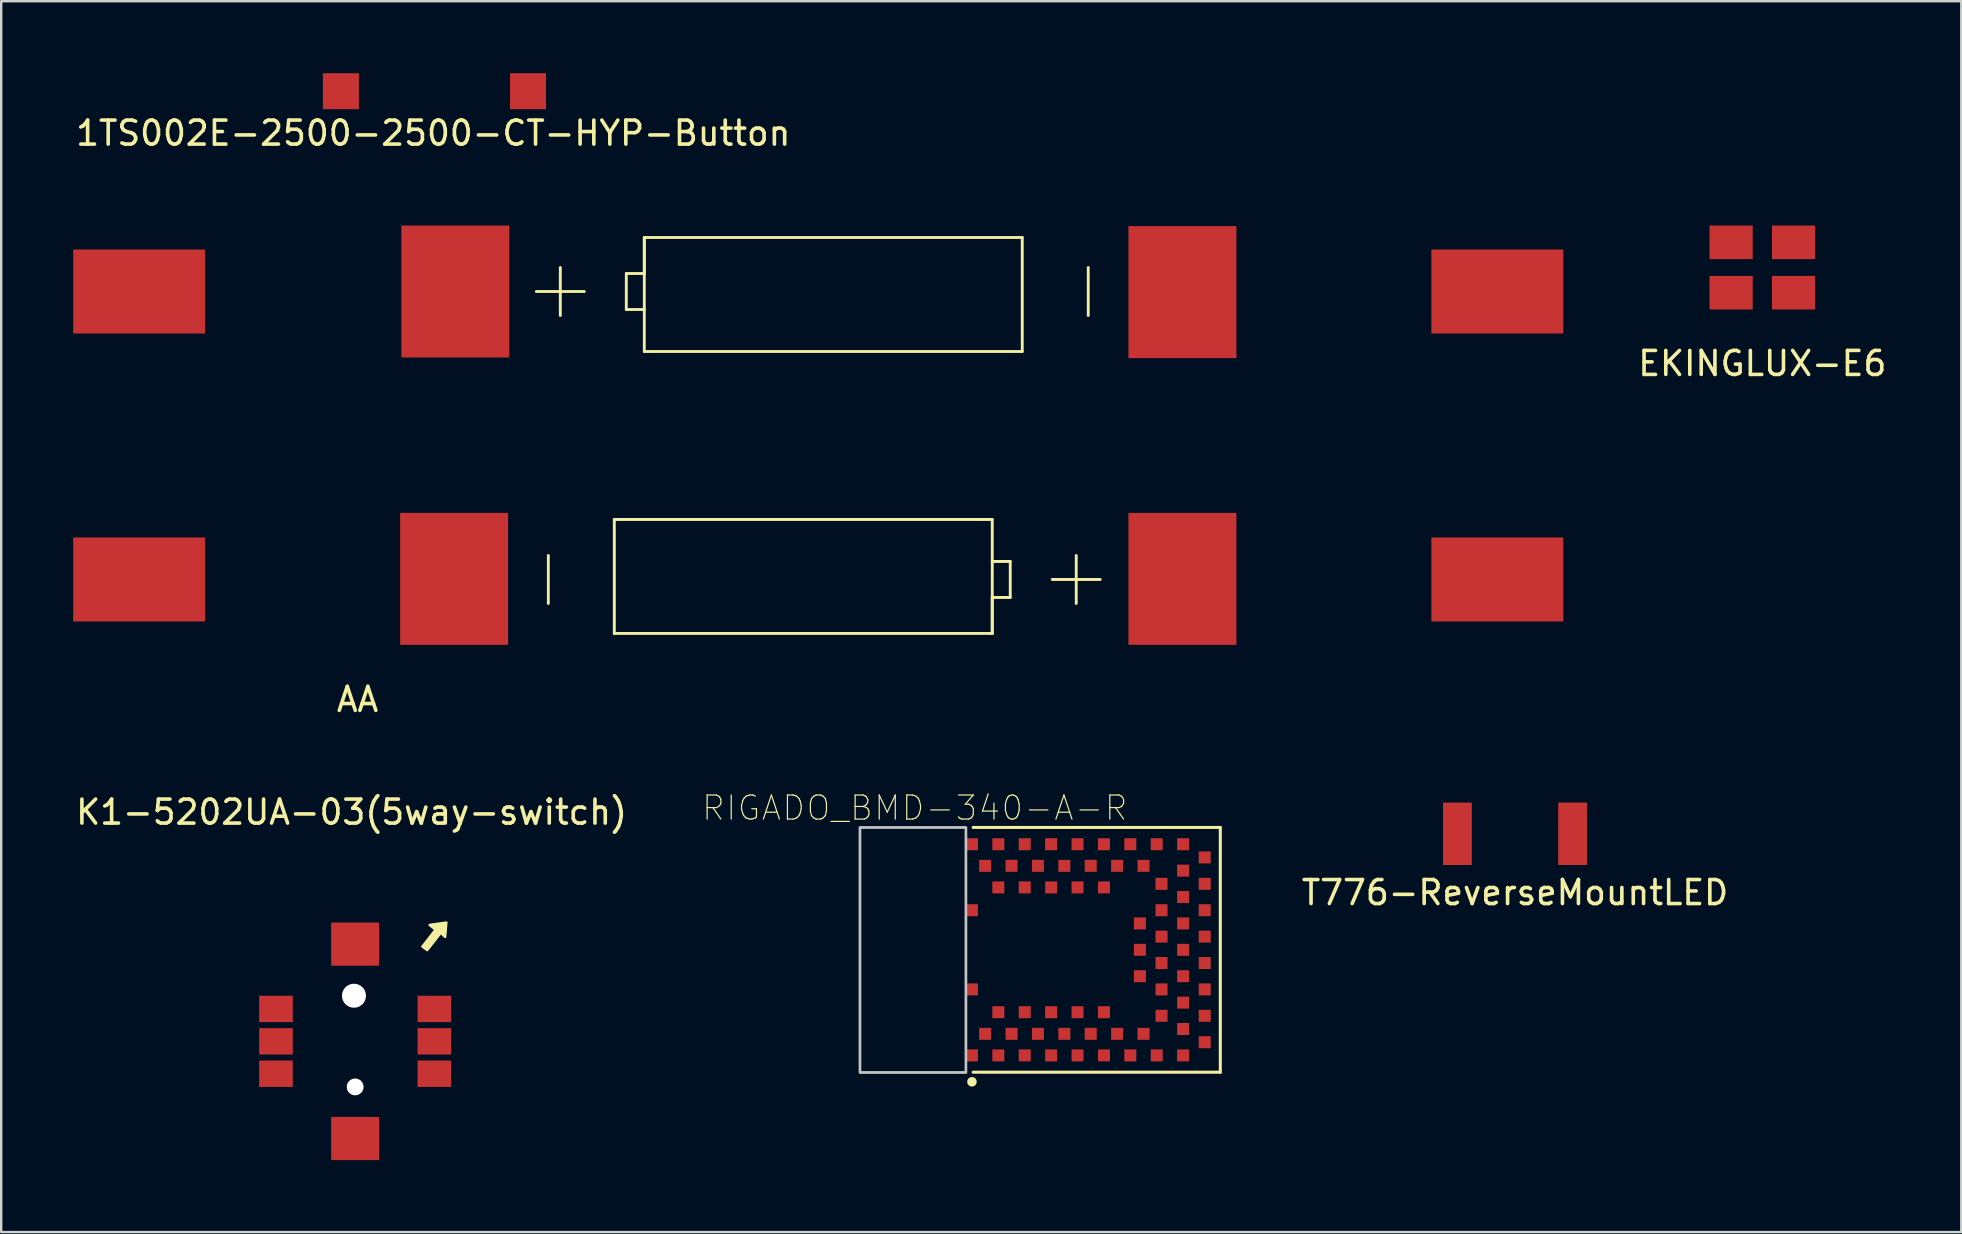
<source format=kicad_pcb>
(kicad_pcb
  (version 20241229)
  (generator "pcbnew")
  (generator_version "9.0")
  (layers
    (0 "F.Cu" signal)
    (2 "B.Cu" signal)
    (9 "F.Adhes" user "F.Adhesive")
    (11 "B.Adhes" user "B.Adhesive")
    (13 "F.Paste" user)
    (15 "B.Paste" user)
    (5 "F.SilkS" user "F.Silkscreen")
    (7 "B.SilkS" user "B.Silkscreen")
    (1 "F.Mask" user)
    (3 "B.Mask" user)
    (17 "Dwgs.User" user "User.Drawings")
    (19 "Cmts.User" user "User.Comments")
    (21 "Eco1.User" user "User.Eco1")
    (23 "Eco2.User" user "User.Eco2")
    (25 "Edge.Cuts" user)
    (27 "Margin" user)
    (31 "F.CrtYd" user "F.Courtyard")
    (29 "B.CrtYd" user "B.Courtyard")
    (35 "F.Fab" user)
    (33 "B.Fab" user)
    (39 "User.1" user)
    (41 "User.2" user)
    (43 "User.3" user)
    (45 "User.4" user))
  (footprint "1TS002E-2500-2500-CT-HYP-Button"
    (layer "F.Cu")
    (at 15.056 0.75)
    (property "Reference" "1TS002E-2500-2500-CT-HYP-Button" (at -0.05 1.75 0) (layer "F.SilkS") (effects (font (size 1 1) (thickness 0.15))))
    (attr through_hole)
    (pad "1" smd rect (at -3.9 0) (size 1.5 1.5) (layers "F.Cu" "F.Mask" "F.Paste"))
    (pad "2" smd rect (at 3.9 0) (size 1.5 1.5) (layers "F.Cu" "F.Mask" "F.Paste")))
  (footprint "K1-5202UA-03(5way-switch)"
    (layer "F.Cu")
    (at 11.751 40.345)
    (property "Reference" "K1-5202UA-03(5way-switch)" (at -0.15 -9.55 0) (layer "F.SilkS") (effects (font (size 1 1) (thickness 0.15))))
    (attr through_hole)
    (fp_line (start 2.8 -3.95) (end 3.35 -4.65) (stroke (width 0.05) (type solid)) (layer "F.SilkS"))
    (fp_line (start 3 -3.8) (end 2.8 -3.95) (stroke (width 0.05) (type solid)) (layer "F.SilkS"))
    (fp_line (start 3.1 -4.85) (end 3.8 -4.95) (stroke (width 0.05) (type solid)) (layer "F.SilkS"))
    (fp_line (start 3.35 -4.65) (end 3.1 -4.85) (stroke (width 0.05) (type solid)) (layer "F.SilkS"))
    (fp_line (start 3.55 -4.5) (end 3 -3.8) (stroke (width 0.05) (type solid)) (layer "F.SilkS"))
    (fp_line (start 3.75 -4.35) (end 3.55 -4.5) (stroke (width 0.05) (type solid)) (layer "F.SilkS"))
    (fp_line (start 3.8 -4.95) (end 3.75 -4.35) (stroke (width 0.05) (type solid)) (layer "F.SilkS"))
    (fp_poly (pts (xy 2.8 -3.95) (xy 3.35 -4.65) (xy 3.1 -4.85) (xy 3.8 -4.95) (xy 3.75 -4.35) (xy 3.6 -4.5) (xy 3.55 -4.5) (xy 3 -3.8)) (stroke (width 0.1) (type solid)) (fill yes) (layer "F.SilkS"))
    (pad "" np_thru_hole circle (at -0.05 -1.9) (size 1 1) (drill 1) (layers "*.Cu" "*.Mask"))
    (pad "" np_thru_hole circle (at 0 1.9) (size 0.7 0.7) (drill 0.7) (layers "*.Cu" "*.Mask"))
    (pad "1" smd rect (at 3.3 -1.35) (size 1.4 1.1) (layers "F.Cu" "F.Mask" "F.Paste"))
    (pad "2" smd rect (at 3.3 0) (size 1.4 1.1) (layers "F.Cu" "F.Mask" "F.Paste"))
    (pad "3" smd rect (at 3.3 1.35) (size 1.4 1.1) (layers "F.Cu" "F.Mask" "F.Paste"))
    (pad "4" smd rect (at -3.3 -1.35) (size 1.4 1.1) (layers "F.Cu" "F.Mask" "F.Paste"))
    (pad "5" smd rect (at -3.3 0) (size 1.4 1.1) (layers "F.Cu" "F.Mask" "F.Paste"))
    (pad "6" smd rect (at -3.3 1.35) (size 1.4 1.1) (layers "F.Cu" "F.Mask" "F.Paste"))
    (pad "7" smd rect (at 0 -4.05) (size 2 1.8) (layers "F.Cu" "F.Mask" "F.Paste"))
    (pad "8" smd rect (at 0 4.05) (size 2 1.8) (layers "F.Cu" "F.Mask" "F.Paste")))
  (footprint "T776-ReverseMountLED"
    (layer "F.Cu")
    (at 60.085 31.697)
    (property "Reference" "T776-ReverseMountLED" (at 0 2.45 0) (layer "F.SilkS") (effects (font (size 1 1) (thickness 0.15))))
    (attr through_hole)
    (pad "" smd circle (at 0 0) (size 3.5 3.5) (layers "F.Mask"))
    (pad "1" smd rect (at 2.4 0) (size 1.2 2.6) (layers "F.Cu" "F.Mask" "F.Paste"))
    (pad "2" smd rect (at -2.4 0) (size 1.2 2.6) (layers "F.Cu" "F.Mask" "F.Paste")))
  (footprint "RIGADO_BMD-340-A-R"
    (layer "F.Cu")
    (at 40.304 36.532)
    (property "Reference" "RIGADO_BMD-340-A-R" (at -5.232 -5.91 0) (layer "F.SilkS") (effects (font (size 1.004 1.004) (thickness 0.05))))
    (attr smd)
    (fp_line (start -2.8 5.1) (end 7.5 5.1) (stroke (width 0.127) (type solid)) (layer "F.SilkS"))
    (fp_line (start 7.5 -5.1) (end -2.8 -5.1) (stroke (width 0.127) (type solid)) (layer "F.SilkS"))
    (fp_line (start 7.5 -5.1) (end 7.5 5.1) (stroke (width 0.127) (type solid)) (layer "F.SilkS"))
    (fp_circle (center -2.85 5.5) (end -2.75 5.5) (stroke (width 0.2) (type solid)) (fill no) (layer "F.SilkS"))
    (fp_poly (pts (xy -7.519 -5.1) (xy -3.1 -5.1) (xy -3.1 5.113) (xy -7.519 5.113)) (stroke (width 0.1) (type solid)) (fill no) (layer "Dwgs.User"))
    (fp_poly (pts (xy -7.512 -5.1) (xy -3.1 -5.1) (xy -3.1 5.108) (xy -7.512 5.108)) (stroke (width 0.1) (type solid)) (fill no) (layer "Dwgs.User"))
    (fp_line (start -7.75 -5.35) (end -7.75 5.35) (stroke (width 0.05) (type solid)) (layer "Eco1.User"))
    (fp_line (start -7.75 5.35) (end 7.75 5.35) (stroke (width 0.05) (type solid)) (layer "Eco1.User"))
    (fp_line (start 7.75 -5.35) (end -7.75 -5.35) (stroke (width 0.05) (type solid)) (layer "Eco1.User"))
    (fp_line (start 7.75 5.35) (end 7.75 -5.35) (stroke (width 0.05) (type solid)) (layer "Eco1.User"))
    (fp_line (start -7.5 -5.1) (end 7.5 -5.1) (stroke (width 0.127) (type solid)) (layer "Eco2.User"))
    (fp_line (start -7.5 5.1) (end -7.5 -5.1) (stroke (width 0.127) (type solid)) (layer "Eco2.User"))
    (fp_line (start 7.5 -5.1) (end 7.5 5.1) (stroke (width 0.127) (type solid)) (layer "Eco2.User"))
    (fp_line (start 7.5 5.1) (end -7.5 5.1) (stroke (width 0.127) (type solid)) (layer "Eco2.User"))
    (fp_circle (center -2.85 4.4) (end -2.75 4.4) (stroke (width 0.2) (type solid)) (fill no) (layer "Eco2.User"))
    (pad "1" smd rect (at -2.85 4.4) (size 0.5 0.5) (layers "F.Cu" "F.Mask" "F.Paste"))
    (pad "2" smd rect (at -2.3 3.5) (size 0.5 0.5) (layers "F.Cu" "F.Mask" "F.Paste"))
    (pad "3" smd rect (at -1.75 4.4) (size 0.5 0.5) (layers "F.Cu" "F.Mask" "F.Paste"))
    (pad "4" smd rect (at -1.2 3.5) (size 0.5 0.5) (layers "F.Cu" "F.Mask" "F.Paste"))
    (pad "5" smd rect (at -0.65 4.4) (size 0.5 0.5) (layers "F.Cu" "F.Mask" "F.Paste"))
    (pad "6" smd rect (at -0.1 3.5) (size 0.5 0.5) (layers "F.Cu" "F.Mask" "F.Paste"))
    (pad "7" smd rect (at 0.45 4.4) (size 0.5 0.5) (layers "F.Cu" "F.Mask" "F.Paste"))
    (pad "8" smd rect (at 1 3.5) (size 0.5 0.5) (layers "F.Cu" "F.Mask" "F.Paste"))
    (pad "9" smd rect (at 1.55 4.4) (size 0.5 0.5) (layers "F.Cu" "F.Mask" "F.Paste"))
    (pad "10" smd rect (at 2.1 3.5) (size 0.5 0.5) (layers "F.Cu" "F.Mask" "F.Paste"))
    (pad "11" smd rect (at 2.65 4.4) (size 0.5 0.5) (layers "F.Cu" "F.Mask" "F.Paste"))
    (pad "12" smd rect (at 3.2 3.5) (size 0.5 0.5) (layers "F.Cu" "F.Mask" "F.Paste"))
    (pad "13" smd rect (at 3.75 4.4) (size 0.5 0.5) (layers "F.Cu" "F.Mask" "F.Paste"))
    (pad "14" smd rect (at 4.3 3.5) (size 0.5 0.5) (layers "F.Cu" "F.Mask" "F.Paste"))
    (pad "15" smd rect (at 4.85 4.4) (size 0.5 0.5) (layers "F.Cu" "F.Mask" "F.Paste"))
    (pad "16" smd rect (at 5.95 4.4) (size 0.5 0.5) (layers "F.Cu" "F.Mask" "F.Paste"))
    (pad "17" smd rect (at 5.95 3.3) (size 0.5 0.5) (layers "F.Cu" "F.Mask" "F.Paste"))
    (pad "18" smd rect (at 5.05 2.75) (size 0.5 0.5) (layers "F.Cu" "F.Mask" "F.Paste"))
    (pad "19" smd rect (at 5.95 2.2) (size 0.5 0.5) (layers "F.Cu" "F.Mask" "F.Paste"))
    (pad "20" smd rect (at 5.05 1.65) (size 0.5 0.5) (layers "F.Cu" "F.Mask" "F.Paste"))
    (pad "21" smd rect (at 5.95 1.1) (size 0.5 0.5) (layers "F.Cu" "F.Mask" "F.Paste"))
    (pad "22" smd rect (at 5.05 0.55) (size 0.5 0.5) (layers "F.Cu" "F.Mask" "F.Paste"))
    (pad "23" smd rect (at 5.95 0) (size 0.5 0.5) (layers "F.Cu" "F.Mask" "F.Paste"))
    (pad "24" smd rect (at 5.05 -0.55) (size 0.5 0.5) (layers "F.Cu" "F.Mask" "F.Paste"))
    (pad "25" smd rect (at 5.95 -1.1) (size 0.5 0.5) (layers "F.Cu" "F.Mask" "F.Paste"))
    (pad "26" smd rect (at 5.05 -1.65) (size 0.5 0.5) (layers "F.Cu" "F.Mask" "F.Paste"))
    (pad "27" smd rect (at 5.95 -2.2) (size 0.5 0.5) (layers "F.Cu" "F.Mask" "F.Paste"))
    (pad "28" smd rect (at 5.05 -2.75) (size 0.5 0.5) (layers "F.Cu" "F.Mask" "F.Paste"))
    (pad "29" smd rect (at 5.95 -3.3) (size 0.5 0.5) (layers "F.Cu" "F.Mask" "F.Paste"))
    (pad "30" smd rect (at 5.95 -4.4) (size 0.5 0.5) (layers "F.Cu" "F.Mask" "F.Paste"))
    (pad "31" smd rect (at 4.85 -4.4) (size 0.5 0.5) (layers "F.Cu" "F.Mask" "F.Paste"))
    (pad "32" smd rect (at 4.3 -3.5) (size 0.5 0.5) (layers "F.Cu" "F.Mask" "F.Paste"))
    (pad "33" smd rect (at 3.75 -4.4) (size 0.5 0.5) (layers "F.Cu" "F.Mask" "F.Paste"))
    (pad "34" smd rect (at 3.2 -3.5) (size 0.5 0.5) (layers "F.Cu" "F.Mask" "F.Paste"))
    (pad "35" smd rect (at 2.65 -4.4) (size 0.5 0.5) (layers "F.Cu" "F.Mask" "F.Paste"))
    (pad "36" smd rect (at 2.1 -3.5) (size 0.5 0.5) (layers "F.Cu" "F.Mask" "F.Paste"))
    (pad "37" smd rect (at 1.55 -4.4) (size 0.5 0.5) (layers "F.Cu" "F.Mask" "F.Paste"))
    (pad "38" smd rect (at 1 -3.5) (size 0.5 0.5) (layers "F.Cu" "F.Mask" "F.Paste"))
    (pad "39" smd rect (at 0.45 -4.4) (size 0.5 0.5) (layers "F.Cu" "F.Mask" "F.Paste"))
    (pad "40" smd rect (at -0.1 -3.5) (size 0.5 0.5) (layers "F.Cu" "F.Mask" "F.Paste"))
    (pad "41" smd rect (at -0.65 -4.4) (size 0.5 0.5) (layers "F.Cu" "F.Mask" "F.Paste"))
    (pad "42" smd rect (at -1.2 -3.5) (size 0.5 0.5) (layers "F.Cu" "F.Mask" "F.Paste"))
    (pad "43" smd rect (at -1.75 -4.4) (size 0.5 0.5) (layers "F.Cu" "F.Mask" "F.Paste"))
    (pad "44" smd rect (at -2.3 -3.5) (size 0.5 0.5) (layers "F.Cu" "F.Mask" "F.Paste"))
    (pad "45" smd rect (at -2.85 -4.4) (size 0.5 0.5) (layers "F.Cu" "F.Mask" "F.Paste"))
    (pad "46" smd rect (at -2.85 -1.65) (size 0.5 0.5) (layers "F.Cu" "F.Mask" "F.Paste"))
    (pad "47" smd rect (at -2.85 1.65) (size 0.5 0.5) (layers "F.Cu" "F.Mask" "F.Paste"))
    (pad "48" smd rect (at -1.75 2.6) (size 0.5 0.5) (layers "F.Cu" "F.Mask" "F.Paste"))
    (pad "49" smd rect (at -0.65 2.6) (size 0.5 0.5) (layers "F.Cu" "F.Mask" "F.Paste"))
    (pad "50" smd rect (at 0.45 2.6) (size 0.5 0.5) (layers "F.Cu" "F.Mask" "F.Paste"))
    (pad "51" smd rect (at 1.55 2.6) (size 0.5 0.5) (layers "F.Cu" "F.Mask" "F.Paste"))
    (pad "52" smd rect (at 2.65 2.6) (size 0.5 0.5) (layers "F.Cu" "F.Mask" "F.Paste"))
    (pad "53" smd rect (at 4.15 1.1) (size 0.5 0.5) (layers "F.Cu" "F.Mask" "F.Paste"))
    (pad "54" smd rect (at 4.15 0) (size 0.5 0.5) (layers "F.Cu" "F.Mask" "F.Paste"))
    (pad "55" smd rect (at 4.15 -1.1) (size 0.5 0.5) (layers "F.Cu" "F.Mask" "F.Paste"))
    (pad "56" smd rect (at 2.65 -2.6) (size 0.5 0.5) (layers "F.Cu" "F.Mask" "F.Paste"))
    (pad "57" smd rect (at 1.55 -2.6) (size 0.5 0.5) (layers "F.Cu" "F.Mask" "F.Paste"))
    (pad "58" smd rect (at 0.45 -2.6) (size 0.5 0.5) (layers "F.Cu" "F.Mask" "F.Paste"))
    (pad "59" smd rect (at -0.65 -2.6) (size 0.5 0.5) (layers "F.Cu" "F.Mask" "F.Paste"))
    (pad "60" smd rect (at -1.75 -2.6) (size 0.5 0.5) (layers "F.Cu" "F.Mask" "F.Paste"))
    (pad "61" smd rect (at 6.85 3.85) (size 0.5 0.5) (layers "F.Cu" "F.Mask" "F.Paste"))
    (pad "62" smd rect (at 6.85 2.75) (size 0.5 0.5) (layers "F.Cu" "F.Mask" "F.Paste"))
    (pad "63" smd rect (at 6.85 1.65) (size 0.5 0.5) (layers "F.Cu" "F.Mask" "F.Paste"))
    (pad "64" smd rect (at 6.85 0.55) (size 0.5 0.5) (layers "F.Cu" "F.Mask" "F.Paste"))
    (pad "65" smd rect (at 6.85 -0.55) (size 0.5 0.5) (layers "F.Cu" "F.Mask" "F.Paste"))
    (pad "66" smd rect (at 6.85 -1.65) (size 0.5 0.5) (layers "F.Cu" "F.Mask" "F.Paste"))
    (pad "67" smd rect (at 6.85 -2.75) (size 0.5 0.5) (layers "F.Cu" "F.Mask" "F.Paste"))
    (pad "68" smd rect (at 6.85 -3.85) (size 0.5 0.5) (layers "F.Cu" "F.Mask" "F.Paste")))
  (footprint "EKINGLUX-E6"
    (layer "F.Cu")
    (at 70.392 8.098)
    (property "Reference" "EKINGLUX-E6" (at 0 4 0) (layer "F.SilkS") (effects (font (size 1 1) (thickness 0.15))))
    (attr through_hole)
    (pad "1" smd rect (at 1.3 -1.05) (size 1.8 1.4) (layers "F.Cu" "F.Mask" "F.Paste"))
    (pad "2" smd rect (at -1.3 -1.05) (size 1.8 1.4) (layers "F.Cu" "F.Mask" "F.Paste"))
    (pad "3" smd rect (at 1.3 1.05) (size 1.8 1.4) (layers "F.Cu" "F.Mask" "F.Paste"))
    (pad "4" smd rect (at -1.3 1.05) (size 1.8 1.4) (layers "F.Cu" "F.Mask" "F.Paste")))
  (footprint "AA"
    (layer "F.Cu")
    (at 31.05 12.098)
    (property "Reference" "AA" (at -19.2 14 0) (layer "F.SilkS") (effects (font (size 1 1) (thickness 0.15))))
    (attr through_hole)
    (fp_line (start -11.75 -3) (end -9.75 -3) (stroke (width 0.12) (type solid)) (layer "F.SilkS"))
    (fp_line (start -11.25 10) (end -11.25 8) (stroke (width 0.12) (type solid)) (layer "F.SilkS"))
    (fp_line (start -10.75 -4) (end -10.75 -2) (stroke (width 0.12) (type solid)) (layer "F.SilkS"))
    (fp_line (start -8.5 6.5) (end 7.25 6.5) (stroke (width 0.12) (type solid)) (layer "F.SilkS"))
    (fp_line (start -8.5 11.25) (end -8.5 6.5) (stroke (width 0.12) (type solid)) (layer "F.SilkS"))
    (fp_line (start -8 -3.75) (end -8 -2.25) (stroke (width 0.12) (type solid)) (layer "F.SilkS"))
    (fp_line (start -8 -2.25) (end -7.25 -2.25) (stroke (width 0.12) (type solid)) (layer "F.SilkS"))
    (fp_line (start -7.25 -5.25) (end -7.25 -3.75) (stroke (width 0.12) (type solid)) (layer "F.SilkS"))
    (fp_line (start -7.25 -5.25) (end 8.5 -5.25) (stroke (width 0.12) (type solid)) (layer "F.SilkS"))
    (fp_line (start -7.25 -3.75) (end -8 -3.75) (stroke (width 0.12) (type solid)) (layer "F.SilkS"))
    (fp_line (start -7.25 -0.5) (end -7.25 -5.25) (stroke (width 0.12) (type solid)) (layer "F.SilkS"))
    (fp_line (start 7.25 6.5) (end 7.25 11.25) (stroke (width 0.12) (type solid)) (layer "F.SilkS"))
    (fp_line (start 7.25 9.75) (end 8 9.75) (stroke (width 0.12) (type solid)) (layer "F.SilkS"))
    (fp_line (start 7.25 11.25) (end -8.5 11.25) (stroke (width 0.12) (type solid)) (layer "F.SilkS"))
    (fp_line (start 7.25 11.25) (end 7.25 9.75) (stroke (width 0.12) (type solid)) (layer "F.SilkS"))
    (fp_line (start 8 8.25) (end 7.25 8.25) (stroke (width 0.12) (type solid)) (layer "F.SilkS"))
    (fp_line (start 8 9.75) (end 8 8.25) (stroke (width 0.12) (type solid)) (layer "F.SilkS"))
    (fp_line (start 8.5 -5.25) (end 8.5 -0.5) (stroke (width 0.12) (type solid)) (layer "F.SilkS"))
    (fp_line (start 8.5 -0.5) (end -7.25 -0.5) (stroke (width 0.12) (type solid)) (layer "F.SilkS"))
    (fp_line (start 10.75 10) (end 10.75 8) (stroke (width 0.12) (type solid)) (layer "F.SilkS"))
    (fp_line (start 11.25 -4) (end 11.25 -2) (stroke (width 0.12) (type solid)) (layer "F.SilkS"))
    (fp_line (start 11.75 9) (end 9.75 9) (stroke (width 0.12) (type solid)) (layer "F.SilkS"))
    (pad "1" smd rect (at -28.3 -3) (size 5.5 3.5) (layers "F.Cu" "F.Mask" "F.Paste"))
    (pad "1" smd rect (at -15.125 -3) (size 4.5 5.5) (layers "F.Cu" "F.Mask" "F.Paste"))
    (pad "2" smd rect (at 15.175 -2.975) (size 4.5 5.5) (layers "F.Cu" "F.Mask" "F.Paste"))
    (pad "2" smd rect (at 28.3 -3) (size 5.5 3.5) (layers "F.Cu" "F.Mask" "F.Paste"))
    (pad "3" smd rect (at 15.175 8.975 180) (size 4.5 5.5) (layers "F.Cu" "F.Mask" "F.Paste"))
    (pad "3" smd rect (at 28.3 9 180) (size 5.5 3.5) (layers "F.Cu" "F.Mask" "F.Paste"))
    (pad "4" smd rect (at -28.3 9 180) (size 5.5 3.5) (layers "F.Cu" "F.Mask" "F.Paste"))
    (pad "4" smd rect (at -15.175 8.975 180) (size 4.5 5.5) (layers "F.Cu" "F.Mask" "F.Paste")))
  (gr_rect
    (start -3 -3)
    (end 78.683 48.295)
    (stroke (width 0.1) (type default))
    (fill no)
    (layer "Edge.Cuts")))
</source>
